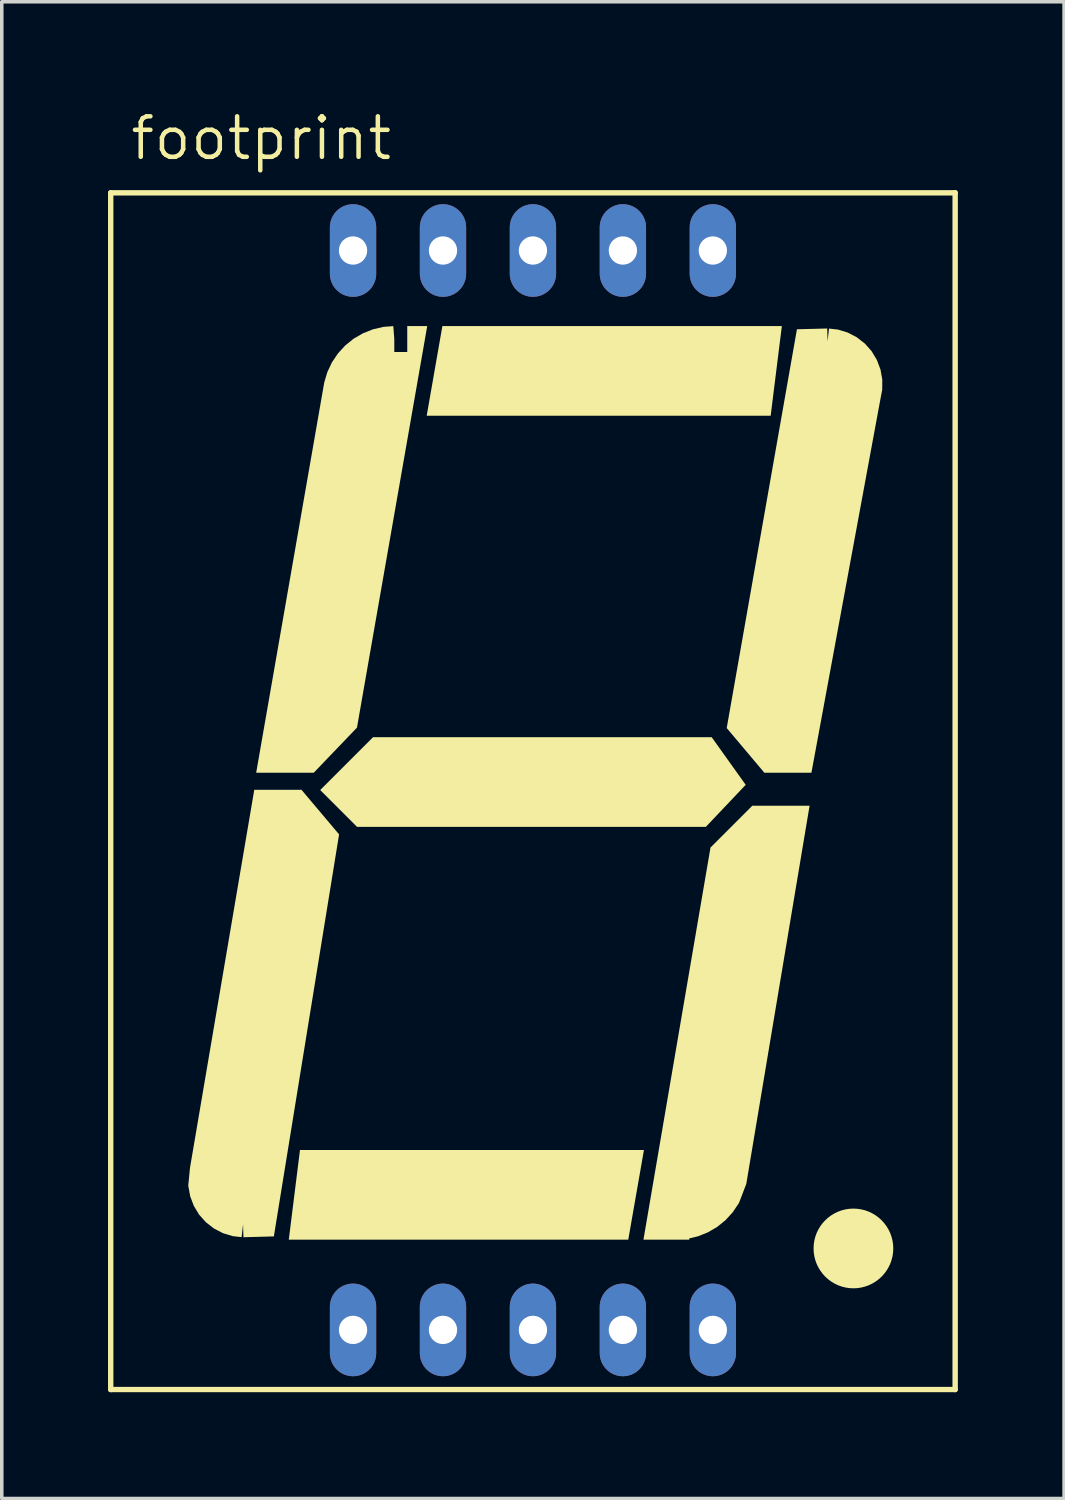
<source format=kicad_pcb>
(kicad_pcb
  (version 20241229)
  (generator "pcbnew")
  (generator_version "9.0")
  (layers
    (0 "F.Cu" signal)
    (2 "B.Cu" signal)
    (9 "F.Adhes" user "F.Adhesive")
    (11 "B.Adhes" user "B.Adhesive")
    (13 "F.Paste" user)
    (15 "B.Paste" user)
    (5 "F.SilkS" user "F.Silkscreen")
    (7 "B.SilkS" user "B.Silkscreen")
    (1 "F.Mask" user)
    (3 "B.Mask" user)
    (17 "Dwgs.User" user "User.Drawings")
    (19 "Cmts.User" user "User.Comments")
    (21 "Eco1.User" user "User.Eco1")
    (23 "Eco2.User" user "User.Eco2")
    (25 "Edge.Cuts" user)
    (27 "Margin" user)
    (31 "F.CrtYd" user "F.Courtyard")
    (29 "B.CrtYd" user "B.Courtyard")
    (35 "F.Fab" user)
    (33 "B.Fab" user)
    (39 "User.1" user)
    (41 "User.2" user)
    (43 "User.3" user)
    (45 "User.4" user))
  (footprint "footprint"
    (layer "F.Cu")
    (at 11.999 19.304)
    (property "Reference" "footprint" (at -11.43 -17.78 0) (layer "F.SilkS") (effects (font (size 1.143 1.143) (thickness 0.127)) (justify left bottom)))
    (fp_line (start -11.923 -16.909) (end -11.923 16.884) (stroke (width 0.152) (type solid)) (layer "F.SilkS"))
    (fp_line (start -11.923 -16.909) (end 11.923 -16.909) (stroke (width 0.152) (type solid)) (layer "F.SilkS"))
    (fp_line (start 11.923 16.884) (end -11.923 16.884) (stroke (width 0.152) (type solid)) (layer "F.SilkS"))
    (fp_line (start 11.923 16.884) (end 11.923 -16.909) (stroke (width 0.152) (type solid)) (layer "F.SilkS"))
    (fp_circle (center 9.05 12.9) (end 9.613 12.9) (stroke (width 1.125) (type solid)) (fill yes) (layer "F.SilkS"))
    (fp_poly (pts (xy 2.692 12.651) (xy -6.894 12.651) (xy -6.578 10.119) (xy 3.135 10.119)) (stroke (width 0) (type solid)) (fill yes) (layer "F.SilkS"))
    (fp_poly (pts (xy 6.713 -10.614) (xy -3 -10.614) (xy -2.557 -13.146) (xy 7.029 -13.146)) (stroke (width 0) (type solid)) (fill yes) (layer "F.SilkS"))
    (fp_poly (pts (xy 6.008 -0.192) (xy 4.882 0.996) (xy -4.966 0.996) (xy -6.007 -0.045) (xy -4.516 -1.536) (xy 5.048 -1.536)) (stroke (width 0) (type solid)) (fill yes) (layer "F.SilkS"))
    (fp_poly (pts (xy 6.025 11.076) (xy 5.819 11.614) (xy 5.641 11.879) (xy 5.435 12.104) (xy 5.198 12.295) (xy 4.934 12.448) (xy 4.651 12.56) (xy 4.416 12.615) (xy 4.416 12.651) (xy 3.121 12.651) (xy 5.014 1.579) (xy 6.194 0.399) (xy 7.812 0.399)) (stroke (width 0) (type solid)) (fill yes) (layer "F.SilkS"))
    (fp_poly (pts (xy -5.474 1.208) (xy -7.316 12.56) (xy -8.175 12.583) (xy -8.185 12.218) (xy -8.226 12.581) (xy -8.479 12.552) (xy -8.755 12.468) (xy -9.01 12.335) (xy -9.238 12.157) (xy -9.429 11.942) (xy -9.577 11.695) (xy -9.679 11.425) (xy -9.733 11.125) (xy -9.684 10.623) (xy -7.869 -0.051) (xy -6.535 -0.051)) (stroke (width 0) (type solid)) (fill yes) (layer "F.SilkS"))
    (fp_poly (pts (xy 8.32 -12.713) (xy 8.361 -13.076) (xy 8.614 -13.047) (xy 8.89 -12.963) (xy 9.145 -12.83) (xy 9.373 -12.652) (xy 9.564 -12.437) (xy 9.712 -12.19) (xy 9.814 -11.92) (xy 9.865 -11.636) (xy 9.863 -11.348) (xy 9.815 -11.099) (xy 7.864 -0.534) (xy 6.535 -0.534) (xy 5.472 -1.795) (xy 7.455 -13.056) (xy 8.31 -13.078)) (stroke (width 0) (type solid)) (fill yes) (layer "F.SilkS"))
    (fp_poly (pts (xy -4.969 -1.807) (xy -6.189 -0.534) (xy -7.815 -0.534) (xy -5.892 -11.559) (xy -5.806 -11.845) (xy -5.676 -12.121) (xy -5.506 -12.374) (xy -5.3 -12.599) (xy -5.063 -12.79) (xy -4.799 -12.943) (xy -4.516 -13.055) (xy -4.219 -13.124) (xy -3.943 -13.145) (xy -3.915 -12.78) (xy -3.915 -12.414) (xy -3.549 -12.414) (xy -3.549 -13.146) (xy -2.985 -13.146)) (stroke (width 0) (type solid)) (fill yes) (layer "F.SilkS"))
    (pad "1" thru_hole oval (at -5.08 15.2 90) (size 2.616 1.308) (drill 0.8) (layers "*.Cu" "*.Mask"))
    (pad "2" thru_hole oval (at -2.54 15.2 90) (size 2.616 1.308) (drill 0.8) (layers "*.Cu" "*.Mask"))
    (pad "3" thru_hole oval (at 0 15.2 90) (size 2.616 1.308) (drill 0.8) (layers "*.Cu" "*.Mask"))
    (pad "4" thru_hole oval (at 2.54 15.2 90) (size 2.616 1.308) (drill 0.8) (layers "*.Cu" "*.Mask"))
    (pad "5" thru_hole oval (at 5.08 15.2 90) (size 2.616 1.308) (drill 0.8) (layers "*.Cu" "*.Mask"))
    (pad "6" thru_hole oval (at 5.08 -15.28 270) (size 2.616 1.308) (drill 0.8) (layers "*.Cu" "*.Mask"))
    (pad "7" thru_hole oval (at 2.54 -15.28 270) (size 2.616 1.308) (drill 0.8) (layers "*.Cu" "*.Mask"))
    (pad "8" thru_hole oval (at 0 -15.28 270) (size 2.616 1.308) (drill 0.8) (layers "*.Cu" "*.Mask"))
    (pad "9" thru_hole oval (at -2.54 -15.28 270) (size 2.616 1.308) (drill 0.8) (layers "*.Cu" "*.Mask"))
    (pad "10" thru_hole oval (at -5.08 -15.28 270) (size 2.616 1.308) (drill 0.8) (layers "*.Cu" "*.Mask")))
  (gr_rect
    (start -3 -3)
    (end 26.998 39.264)
    (stroke (width 0.1) (type default))
    (fill no)
    (layer "Edge.Cuts")))
</source>
